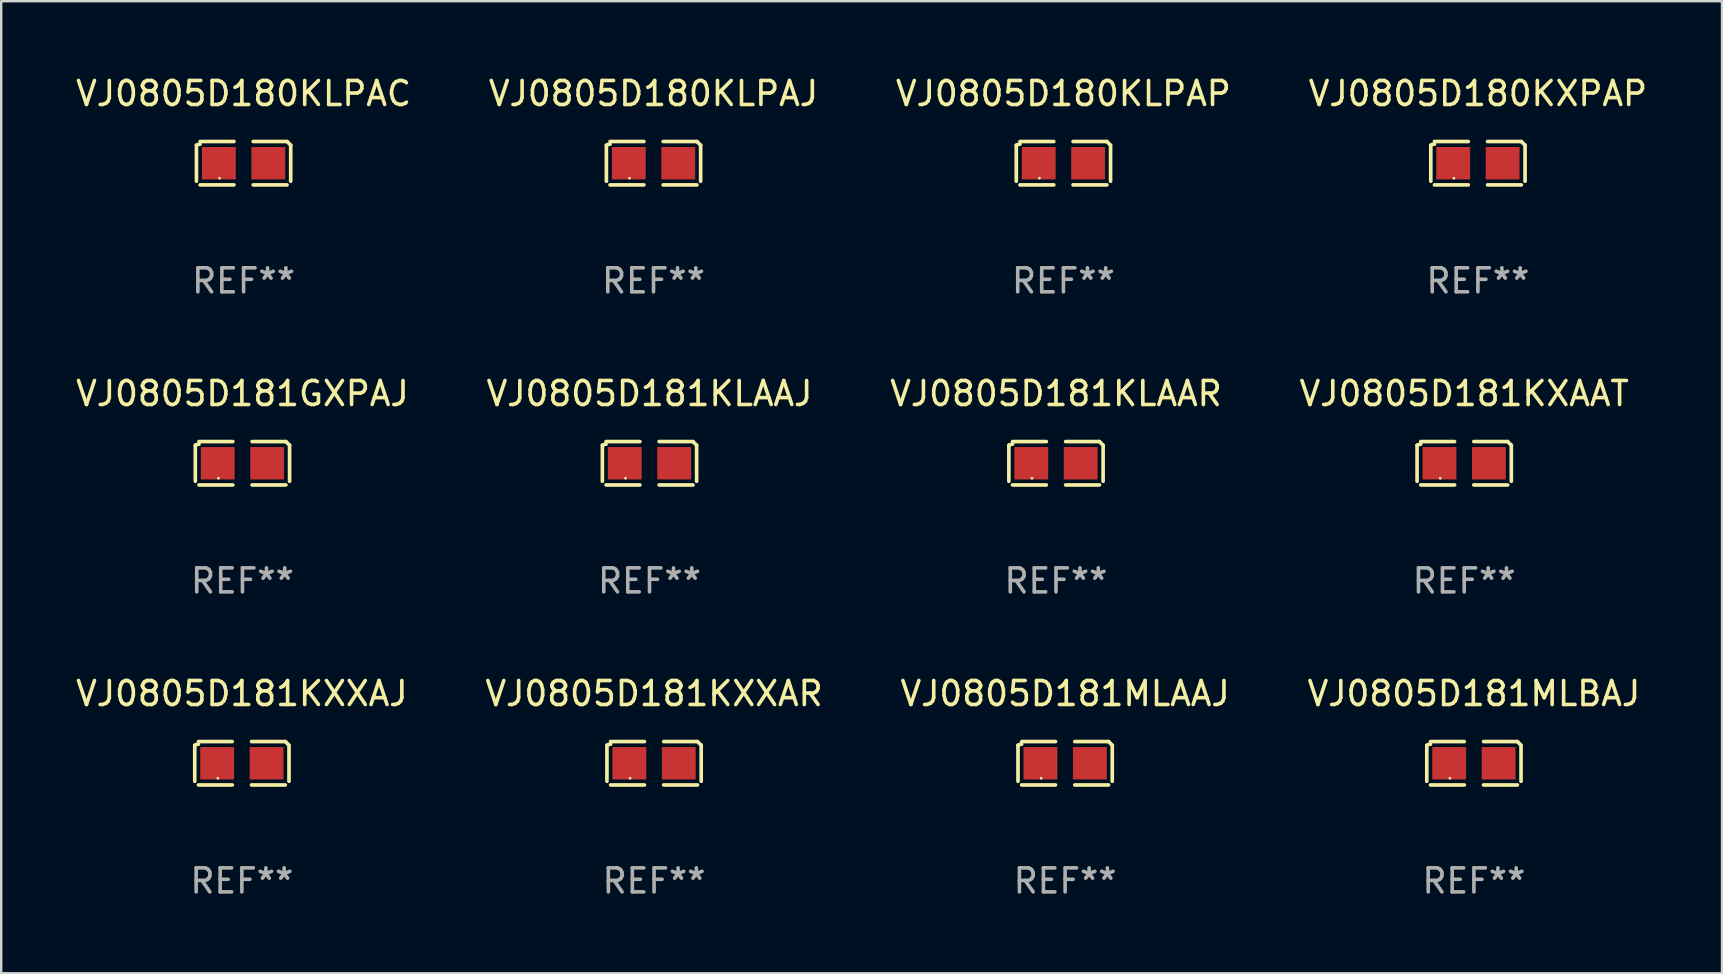
<source format=kicad_pcb>
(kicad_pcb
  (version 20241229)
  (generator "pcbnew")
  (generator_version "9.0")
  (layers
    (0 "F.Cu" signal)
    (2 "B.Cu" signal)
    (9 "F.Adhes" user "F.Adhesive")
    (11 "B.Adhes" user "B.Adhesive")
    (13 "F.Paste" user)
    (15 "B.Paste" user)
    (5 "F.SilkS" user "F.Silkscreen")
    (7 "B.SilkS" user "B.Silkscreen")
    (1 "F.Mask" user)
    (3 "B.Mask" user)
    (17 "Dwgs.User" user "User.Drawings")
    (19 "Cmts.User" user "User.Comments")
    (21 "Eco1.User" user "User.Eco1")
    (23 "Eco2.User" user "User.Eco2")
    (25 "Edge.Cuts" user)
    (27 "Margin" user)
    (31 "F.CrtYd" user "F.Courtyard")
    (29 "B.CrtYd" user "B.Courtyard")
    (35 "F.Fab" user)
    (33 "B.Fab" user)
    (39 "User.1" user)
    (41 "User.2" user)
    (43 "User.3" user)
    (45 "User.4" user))
  (footprint "VJ0805D181KLAAJ"
    (layer "F.Cu")
    (at 24.018 16.256)
    (property "Reference" "VJ0805D181KLAAJ" (at 0 -2.904 0) (layer "F.SilkS") (effects (font (size 1 1) (thickness 0.15))))
    (attr through_hole)
    (fp_line (start -1.964 0.751) (end -1.964 -0.751) (stroke (width 0.152) (type solid)) (layer "F.SilkS"))
    (fp_line (start -1.811 -0.904) (end -0.401 -0.904) (stroke (width 0.152) (type solid)) (layer "F.SilkS"))
    (fp_line (start -0.401 0.904) (end -1.811 0.904) (stroke (width 0.152) (type solid)) (layer "F.SilkS"))
    (fp_line (start 0.401 0.904) (end 1.811 0.904) (stroke (width 0.152) (type solid)) (layer "F.SilkS"))
    (fp_line (start 1.811 -0.904) (end 0.401 -0.904) (stroke (width 0.152) (type solid)) (layer "F.SilkS"))
    (fp_line (start 1.964 0.751) (end 1.964 -0.751) (stroke (width 0.152) (type solid)) (layer "F.SilkS"))
    (fp_arc (start -1.963602 -0.751207) (mid -1.890354 -0.783131) (end -1.811201 -0.794044) (stroke (width 0.1524) (type solid)) (layer "F.SilkS"))
    (fp_arc (start 1.811202 -0.903607) (mid 1.887413 -0.827418) (end 1.963602 -0.751207) (stroke (width 0.1524) (type solid)) (layer "F.SilkS"))
    (fp_circle (center -1 0.625) (end -0.97 0.625) (stroke (width 0.06) (type solid)) (fill no) (layer "F.SilkS"))
    (fp_text user "REF**" (at 0 4.904 0) (layer "F.Fab") (effects (font (size 1 1) (thickness 0.15))))
    (pad "1" smd rect (at -1.03 0) (size 1.41 1.35) (layers "F.Cu" "F.Mask" "F.Paste"))
    (pad "2" smd rect (at 1.03 0) (size 1.41 1.35) (layers "F.Cu" "F.Mask" "F.Paste")))
  (footprint "VJ0805D180KLPAP"
    (layer "F.Cu")
    (at 41.268 3.752)
    (property "Reference" "VJ0805D180KLPAP" (at 0 -2.904 0) (layer "F.SilkS") (effects (font (size 1 1) (thickness 0.15))))
    (attr through_hole)
    (fp_line (start -1.964 0.751) (end -1.964 -0.751) (stroke (width 0.152) (type solid)) (layer "F.SilkS"))
    (fp_line (start -1.811 -0.904) (end -0.401 -0.904) (stroke (width 0.152) (type solid)) (layer "F.SilkS"))
    (fp_line (start -0.401 0.904) (end -1.811 0.904) (stroke (width 0.152) (type solid)) (layer "F.SilkS"))
    (fp_line (start 0.401 0.904) (end 1.811 0.904) (stroke (width 0.152) (type solid)) (layer "F.SilkS"))
    (fp_line (start 1.811 -0.904) (end 0.401 -0.904) (stroke (width 0.152) (type solid)) (layer "F.SilkS"))
    (fp_line (start 1.964 0.751) (end 1.964 -0.751) (stroke (width 0.152) (type solid)) (layer "F.SilkS"))
    (fp_arc (start -1.963602 -0.751207) (mid -1.890354 -0.783131) (end -1.811201 -0.794044) (stroke (width 0.1524) (type solid)) (layer "F.SilkS"))
    (fp_arc (start 1.811202 -0.903607) (mid 1.887413 -0.827418) (end 1.963602 -0.751207) (stroke (width 0.1524) (type solid)) (layer "F.SilkS"))
    (fp_circle (center -1 0.625) (end -0.97 0.625) (stroke (width 0.06) (type solid)) (fill no) (layer "F.SilkS"))
    (fp_text user "REF**" (at 0 4.904 0) (layer "F.Fab") (effects (font (size 1 1) (thickness 0.15))))
    (pad "1" smd rect (at -1.03 0) (size 1.41 1.35) (layers "F.Cu" "F.Mask" "F.Paste"))
    (pad "2" smd rect (at 1.03 0) (size 1.41 1.35) (layers "F.Cu" "F.Mask" "F.Paste")))
  (footprint "VJ0805D181KXXAR"
    (layer "F.Cu")
    (at 24.208 28.759)
    (property "Reference" "VJ0805D181KXXAR" (at 0 -2.904 0) (layer "F.SilkS") (effects (font (size 1 1) (thickness 0.15))))
    (attr through_hole)
    (fp_line (start -1.964 0.751) (end -1.964 -0.751) (stroke (width 0.152) (type solid)) (layer "F.SilkS"))
    (fp_line (start -1.811 -0.904) (end -0.401 -0.904) (stroke (width 0.152) (type solid)) (layer "F.SilkS"))
    (fp_line (start -0.401 0.904) (end -1.811 0.904) (stroke (width 0.152) (type solid)) (layer "F.SilkS"))
    (fp_line (start 0.401 0.904) (end 1.811 0.904) (stroke (width 0.152) (type solid)) (layer "F.SilkS"))
    (fp_line (start 1.811 -0.904) (end 0.401 -0.904) (stroke (width 0.152) (type solid)) (layer "F.SilkS"))
    (fp_line (start 1.964 0.751) (end 1.964 -0.751) (stroke (width 0.152) (type solid)) (layer "F.SilkS"))
    (fp_arc (start -1.963602 -0.751207) (mid -1.890354 -0.783131) (end -1.811201 -0.794044) (stroke (width 0.1524) (type solid)) (layer "F.SilkS"))
    (fp_arc (start 1.811202 -0.903607) (mid 1.887413 -0.827418) (end 1.963602 -0.751207) (stroke (width 0.1524) (type solid)) (layer "F.SilkS"))
    (fp_circle (center -1 0.625) (end -0.97 0.625) (stroke (width 0.06) (type solid)) (fill no) (layer "F.SilkS"))
    (fp_text user "REF**" (at 0 4.904 0) (layer "F.Fab") (effects (font (size 1 1) (thickness 0.15))))
    (pad "1" smd rect (at -1.03 0) (size 1.41 1.35) (layers "F.Cu" "F.Mask" "F.Paste"))
    (pad "2" smd rect (at 1.03 0) (size 1.41 1.35) (layers "F.Cu" "F.Mask" "F.Paste")))
  (footprint "VJ0805D181KXXAJ"
    (layer "F.Cu")
    (at 7.03 28.759)
    (property "Reference" "VJ0805D181KXXAJ" (at 0 -2.904 0) (layer "F.SilkS") (effects (font (size 1 1) (thickness 0.15))))
    (attr through_hole)
    (fp_line (start -1.964 0.751) (end -1.964 -0.751) (stroke (width 0.152) (type solid)) (layer "F.SilkS"))
    (fp_line (start -1.811 -0.904) (end -0.401 -0.904) (stroke (width 0.152) (type solid)) (layer "F.SilkS"))
    (fp_line (start -0.401 0.904) (end -1.811 0.904) (stroke (width 0.152) (type solid)) (layer "F.SilkS"))
    (fp_line (start 0.401 0.904) (end 1.811 0.904) (stroke (width 0.152) (type solid)) (layer "F.SilkS"))
    (fp_line (start 1.811 -0.904) (end 0.401 -0.904) (stroke (width 0.152) (type solid)) (layer "F.SilkS"))
    (fp_line (start 1.964 0.751) (end 1.964 -0.751) (stroke (width 0.152) (type solid)) (layer "F.SilkS"))
    (fp_arc (start -1.963602 -0.751207) (mid -1.890354 -0.783131) (end -1.811201 -0.794044) (stroke (width 0.1524) (type solid)) (layer "F.SilkS"))
    (fp_arc (start 1.811202 -0.903607) (mid 1.887413 -0.827418) (end 1.963602 -0.751207) (stroke (width 0.1524) (type solid)) (layer "F.SilkS"))
    (fp_circle (center -1 0.625) (end -0.97 0.625) (stroke (width 0.06) (type solid)) (fill no) (layer "F.SilkS"))
    (fp_text user "REF**" (at 0 4.904 0) (layer "F.Fab") (effects (font (size 1 1) (thickness 0.15))))
    (pad "1" smd rect (at -1.03 0) (size 1.41 1.35) (layers "F.Cu" "F.Mask" "F.Paste"))
    (pad "2" smd rect (at 1.03 0) (size 1.41 1.35) (layers "F.Cu" "F.Mask" "F.Paste")))
  (footprint "VJ0805D180KLPAJ"
    (layer "F.Cu")
    (at 24.185 3.752)
    (property "Reference" "VJ0805D180KLPAJ" (at 0 -2.904 0) (layer "F.SilkS") (effects (font (size 1 1) (thickness 0.15))))
    (attr through_hole)
    (fp_line (start -1.964 0.751) (end -1.964 -0.751) (stroke (width 0.152) (type solid)) (layer "F.SilkS"))
    (fp_line (start -1.811 -0.904) (end -0.401 -0.904) (stroke (width 0.152) (type solid)) (layer "F.SilkS"))
    (fp_line (start -0.401 0.904) (end -1.811 0.904) (stroke (width 0.152) (type solid)) (layer "F.SilkS"))
    (fp_line (start 0.401 0.904) (end 1.811 0.904) (stroke (width 0.152) (type solid)) (layer "F.SilkS"))
    (fp_line (start 1.811 -0.904) (end 0.401 -0.904) (stroke (width 0.152) (type solid)) (layer "F.SilkS"))
    (fp_line (start 1.964 0.751) (end 1.964 -0.751) (stroke (width 0.152) (type solid)) (layer "F.SilkS"))
    (fp_arc (start -1.963602 -0.751207) (mid -1.890354 -0.783131) (end -1.811201 -0.794044) (stroke (width 0.1524) (type solid)) (layer "F.SilkS"))
    (fp_arc (start 1.811202 -0.903607) (mid 1.887413 -0.827418) (end 1.963602 -0.751207) (stroke (width 0.1524) (type solid)) (layer "F.SilkS"))
    (fp_circle (center -1 0.625) (end -0.97 0.625) (stroke (width 0.06) (type solid)) (fill no) (layer "F.SilkS"))
    (fp_text user "REF**" (at 0 4.904 0) (layer "F.Fab") (effects (font (size 1 1) (thickness 0.15))))
    (pad "1" smd rect (at -1.03 0) (size 1.41 1.35) (layers "F.Cu" "F.Mask" "F.Paste"))
    (pad "2" smd rect (at 1.03 0) (size 1.41 1.35) (layers "F.Cu" "F.Mask" "F.Paste")))
  (footprint "VJ0805D180KXPAP"
    (layer "F.Cu")
    (at 58.542 3.752)
    (property "Reference" "VJ0805D180KXPAP" (at 0 -2.904 0) (layer "F.SilkS") (effects (font (size 1 1) (thickness 0.15))))
    (attr through_hole)
    (fp_line (start -1.964 0.751) (end -1.964 -0.751) (stroke (width 0.152) (type solid)) (layer "F.SilkS"))
    (fp_line (start -1.811 -0.904) (end -0.401 -0.904) (stroke (width 0.152) (type solid)) (layer "F.SilkS"))
    (fp_line (start -0.401 0.904) (end -1.811 0.904) (stroke (width 0.152) (type solid)) (layer "F.SilkS"))
    (fp_line (start 0.401 0.904) (end 1.811 0.904) (stroke (width 0.152) (type solid)) (layer "F.SilkS"))
    (fp_line (start 1.811 -0.904) (end 0.401 -0.904) (stroke (width 0.152) (type solid)) (layer "F.SilkS"))
    (fp_line (start 1.964 0.751) (end 1.964 -0.751) (stroke (width 0.152) (type solid)) (layer "F.SilkS"))
    (fp_arc (start -1.963602 -0.751207) (mid -1.890354 -0.783131) (end -1.811201 -0.794044) (stroke (width 0.1524) (type solid)) (layer "F.SilkS"))
    (fp_arc (start 1.811202 -0.903607) (mid 1.887413 -0.827418) (end 1.963602 -0.751207) (stroke (width 0.1524) (type solid)) (layer "F.SilkS"))
    (fp_circle (center -1 0.625) (end -0.97 0.625) (stroke (width 0.06) (type solid)) (fill no) (layer "F.SilkS"))
    (fp_text user "REF**" (at 0 4.904 0) (layer "F.Fab") (effects (font (size 1 1) (thickness 0.15))))
    (pad "1" smd rect (at -1.03 0) (size 1.41 1.35) (layers "F.Cu" "F.Mask" "F.Paste"))
    (pad "2" smd rect (at 1.03 0) (size 1.41 1.35) (layers "F.Cu" "F.Mask" "F.Paste")))
  (footprint "VJ0805D181KLAAR"
    (layer "F.Cu")
    (at 40.958 16.256)
    (property "Reference" "VJ0805D181KLAAR" (at 0 -2.904 0) (layer "F.SilkS") (effects (font (size 1 1) (thickness 0.15))))
    (attr through_hole)
    (fp_line (start -1.964 0.751) (end -1.964 -0.751) (stroke (width 0.152) (type solid)) (layer "F.SilkS"))
    (fp_line (start -1.811 -0.904) (end -0.401 -0.904) (stroke (width 0.152) (type solid)) (layer "F.SilkS"))
    (fp_line (start -0.401 0.904) (end -1.811 0.904) (stroke (width 0.152) (type solid)) (layer "F.SilkS"))
    (fp_line (start 0.401 0.904) (end 1.811 0.904) (stroke (width 0.152) (type solid)) (layer "F.SilkS"))
    (fp_line (start 1.811 -0.904) (end 0.401 -0.904) (stroke (width 0.152) (type solid)) (layer "F.SilkS"))
    (fp_line (start 1.964 0.751) (end 1.964 -0.751) (stroke (width 0.152) (type solid)) (layer "F.SilkS"))
    (fp_arc (start -1.963602 -0.751207) (mid -1.890354 -0.783131) (end -1.811201 -0.794044) (stroke (width 0.1524) (type solid)) (layer "F.SilkS"))
    (fp_arc (start 1.811202 -0.903607) (mid 1.887413 -0.827418) (end 1.963602 -0.751207) (stroke (width 0.1524) (type solid)) (layer "F.SilkS"))
    (fp_circle (center -1 0.625) (end -0.97 0.625) (stroke (width 0.06) (type solid)) (fill no) (layer "F.SilkS"))
    (fp_text user "REF**" (at 0 4.904 0) (layer "F.Fab") (effects (font (size 1 1) (thickness 0.15))))
    (pad "1" smd rect (at -1.03 0) (size 1.41 1.35) (layers "F.Cu" "F.Mask" "F.Paste"))
    (pad "2" smd rect (at 1.03 0) (size 1.41 1.35) (layers "F.Cu" "F.Mask" "F.Paste")))
  (footprint "VJ0805D181GXPAJ"
    (layer "F.Cu")
    (at 7.054 16.256)
    (property "Reference" "VJ0805D181GXPAJ" (at 0 -2.904 0) (layer "F.SilkS") (effects (font (size 1 1) (thickness 0.15))))
    (attr through_hole)
    (fp_line (start -1.964 0.751) (end -1.964 -0.751) (stroke (width 0.152) (type solid)) (layer "F.SilkS"))
    (fp_line (start -1.811 -0.904) (end -0.401 -0.904) (stroke (width 0.152) (type solid)) (layer "F.SilkS"))
    (fp_line (start -0.401 0.904) (end -1.811 0.904) (stroke (width 0.152) (type solid)) (layer "F.SilkS"))
    (fp_line (start 0.401 0.904) (end 1.811 0.904) (stroke (width 0.152) (type solid)) (layer "F.SilkS"))
    (fp_line (start 1.811 -0.904) (end 0.401 -0.904) (stroke (width 0.152) (type solid)) (layer "F.SilkS"))
    (fp_line (start 1.964 0.751) (end 1.964 -0.751) (stroke (width 0.152) (type solid)) (layer "F.SilkS"))
    (fp_arc (start -1.963602 -0.751207) (mid -1.890354 -0.783131) (end -1.811201 -0.794044) (stroke (width 0.1524) (type solid)) (layer "F.SilkS"))
    (fp_arc (start 1.811202 -0.903607) (mid 1.887413 -0.827418) (end 1.963602 -0.751207) (stroke (width 0.1524) (type solid)) (layer "F.SilkS"))
    (fp_circle (center -1 0.625) (end -0.97 0.625) (stroke (width 0.06) (type solid)) (fill no) (layer "F.SilkS"))
    (fp_text user "REF**" (at 0 4.904 0) (layer "F.Fab") (effects (font (size 1 1) (thickness 0.15))))
    (pad "1" smd rect (at -1.03 0) (size 1.41 1.35) (layers "F.Cu" "F.Mask" "F.Paste"))
    (pad "2" smd rect (at 1.03 0) (size 1.41 1.35) (layers "F.Cu" "F.Mask" "F.Paste")))
  (footprint "VJ0805D181KXAAT"
    (layer "F.Cu")
    (at 57.97 16.256)
    (property "Reference" "VJ0805D181KXAAT" (at 0 -2.904 0) (layer "F.SilkS") (effects (font (size 1 1) (thickness 0.15))))
    (attr through_hole)
    (fp_line (start -1.964 0.751) (end -1.964 -0.751) (stroke (width 0.152) (type solid)) (layer "F.SilkS"))
    (fp_line (start -1.811 -0.904) (end -0.401 -0.904) (stroke (width 0.152) (type solid)) (layer "F.SilkS"))
    (fp_line (start -0.401 0.904) (end -1.811 0.904) (stroke (width 0.152) (type solid)) (layer "F.SilkS"))
    (fp_line (start 0.401 0.904) (end 1.811 0.904) (stroke (width 0.152) (type solid)) (layer "F.SilkS"))
    (fp_line (start 1.811 -0.904) (end 0.401 -0.904) (stroke (width 0.152) (type solid)) (layer "F.SilkS"))
    (fp_line (start 1.964 0.751) (end 1.964 -0.751) (stroke (width 0.152) (type solid)) (layer "F.SilkS"))
    (fp_arc (start -1.963602 -0.751207) (mid -1.890354 -0.783131) (end -1.811201 -0.794044) (stroke (width 0.1524) (type solid)) (layer "F.SilkS"))
    (fp_arc (start 1.811202 -0.903607) (mid 1.887413 -0.827418) (end 1.963602 -0.751207) (stroke (width 0.1524) (type solid)) (layer "F.SilkS"))
    (fp_circle (center -1 0.625) (end -0.97 0.625) (stroke (width 0.06) (type solid)) (fill no) (layer "F.SilkS"))
    (fp_text user "REF**" (at 0 4.904 0) (layer "F.Fab") (effects (font (size 1 1) (thickness 0.15))))
    (pad "1" smd rect (at -1.03 0) (size 1.41 1.35) (layers "F.Cu" "F.Mask" "F.Paste"))
    (pad "2" smd rect (at 1.03 0) (size 1.41 1.35) (layers "F.Cu" "F.Mask" "F.Paste")))
  (footprint "VJ0805D181MLBAJ"
    (layer "F.Cu")
    (at 58.375 28.759)
    (property "Reference" "VJ0805D181MLBAJ" (at 0 -2.904 0) (layer "F.SilkS") (effects (font (size 1 1) (thickness 0.15))))
    (attr through_hole)
    (fp_line (start -1.964 0.751) (end -1.964 -0.751) (stroke (width 0.152) (type solid)) (layer "F.SilkS"))
    (fp_line (start -1.811 -0.904) (end -0.401 -0.904) (stroke (width 0.152) (type solid)) (layer "F.SilkS"))
    (fp_line (start -0.401 0.904) (end -1.811 0.904) (stroke (width 0.152) (type solid)) (layer "F.SilkS"))
    (fp_line (start 0.401 0.904) (end 1.811 0.904) (stroke (width 0.152) (type solid)) (layer "F.SilkS"))
    (fp_line (start 1.811 -0.904) (end 0.401 -0.904) (stroke (width 0.152) (type solid)) (layer "F.SilkS"))
    (fp_line (start 1.964 0.751) (end 1.964 -0.751) (stroke (width 0.152) (type solid)) (layer "F.SilkS"))
    (fp_arc (start -1.963602 -0.751207) (mid -1.890354 -0.783131) (end -1.811201 -0.794044) (stroke (width 0.1524) (type solid)) (layer "F.SilkS"))
    (fp_arc (start 1.811202 -0.903607) (mid 1.887413 -0.827418) (end 1.963602 -0.751207) (stroke (width 0.1524) (type solid)) (layer "F.SilkS"))
    (fp_circle (center -1 0.625) (end -0.97 0.625) (stroke (width 0.06) (type solid)) (fill no) (layer "F.SilkS"))
    (fp_text user "REF**" (at 0 4.904 0) (layer "F.Fab") (effects (font (size 1 1) (thickness 0.15))))
    (pad "1" smd rect (at -1.03 0) (size 1.41 1.35) (layers "F.Cu" "F.Mask" "F.Paste"))
    (pad "2" smd rect (at 1.03 0) (size 1.41 1.35) (layers "F.Cu" "F.Mask" "F.Paste")))
  (footprint "VJ0805D180KLPAC"
    (layer "F.Cu")
    (at 7.101 3.752)
    (property "Reference" "VJ0805D180KLPAC" (at 0 -2.904 0) (layer "F.SilkS") (effects (font (size 1 1) (thickness 0.15))))
    (attr through_hole)
    (fp_line (start -1.964 0.751) (end -1.964 -0.751) (stroke (width 0.152) (type solid)) (layer "F.SilkS"))
    (fp_line (start -1.811 -0.904) (end -0.401 -0.904) (stroke (width 0.152) (type solid)) (layer "F.SilkS"))
    (fp_line (start -0.401 0.904) (end -1.811 0.904) (stroke (width 0.152) (type solid)) (layer "F.SilkS"))
    (fp_line (start 0.401 0.904) (end 1.811 0.904) (stroke (width 0.152) (type solid)) (layer "F.SilkS"))
    (fp_line (start 1.811 -0.904) (end 0.401 -0.904) (stroke (width 0.152) (type solid)) (layer "F.SilkS"))
    (fp_line (start 1.964 0.751) (end 1.964 -0.751) (stroke (width 0.152) (type solid)) (layer "F.SilkS"))
    (fp_arc (start -1.963602 -0.751207) (mid -1.890354 -0.783131) (end -1.811201 -0.794044) (stroke (width 0.1524) (type solid)) (layer "F.SilkS"))
    (fp_arc (start 1.811202 -0.903607) (mid 1.887413 -0.827418) (end 1.963602 -0.751207) (stroke (width 0.1524) (type solid)) (layer "F.SilkS"))
    (fp_circle (center -1 0.625) (end -0.97 0.625) (stroke (width 0.06) (type solid)) (fill no) (layer "F.SilkS"))
    (fp_text user "REF**" (at 0 4.904 0) (layer "F.Fab") (effects (font (size 1 1) (thickness 0.15))))
    (pad "1" smd rect (at -1.03 0) (size 1.41 1.35) (layers "F.Cu" "F.Mask" "F.Paste"))
    (pad "2" smd rect (at 1.03 0) (size 1.41 1.35) (layers "F.Cu" "F.Mask" "F.Paste")))
  (footprint "VJ0805D181MLAAJ"
    (layer "F.Cu")
    (at 41.339 28.759)
    (property "Reference" "VJ0805D181MLAAJ" (at 0 -2.904 0) (layer "F.SilkS") (effects (font (size 1 1) (thickness 0.15))))
    (attr through_hole)
    (fp_line (start -1.964 0.751) (end -1.964 -0.751) (stroke (width 0.152) (type solid)) (layer "F.SilkS"))
    (fp_line (start -1.811 -0.904) (end -0.401 -0.904) (stroke (width 0.152) (type solid)) (layer "F.SilkS"))
    (fp_line (start -0.401 0.904) (end -1.811 0.904) (stroke (width 0.152) (type solid)) (layer "F.SilkS"))
    (fp_line (start 0.401 0.904) (end 1.811 0.904) (stroke (width 0.152) (type solid)) (layer "F.SilkS"))
    (fp_line (start 1.811 -0.904) (end 0.401 -0.904) (stroke (width 0.152) (type solid)) (layer "F.SilkS"))
    (fp_line (start 1.964 0.751) (end 1.964 -0.751) (stroke (width 0.152) (type solid)) (layer "F.SilkS"))
    (fp_arc (start -1.963602 -0.751207) (mid -1.890354 -0.783131) (end -1.811201 -0.794044) (stroke (width 0.1524) (type solid)) (layer "F.SilkS"))
    (fp_arc (start 1.811202 -0.903607) (mid 1.887413 -0.827418) (end 1.963602 -0.751207) (stroke (width 0.1524) (type solid)) (layer "F.SilkS"))
    (fp_circle (center -1 0.625) (end -0.97 0.625) (stroke (width 0.06) (type solid)) (fill no) (layer "F.SilkS"))
    (fp_text user "REF**" (at 0 4.904 0) (layer "F.Fab") (effects (font (size 1 1) (thickness 0.15))))
    (pad "1" smd rect (at -1.03 0) (size 1.41 1.35) (layers "F.Cu" "F.Mask" "F.Paste"))
    (pad "2" smd rect (at 1.03 0) (size 1.41 1.35) (layers "F.Cu" "F.Mask" "F.Paste")))
  (gr_rect
    (start -3 -3)
    (end 68.714 37.511)
    (stroke (width 0.1) (type default))
    (fill no)
    (layer "Edge.Cuts")))
</source>
